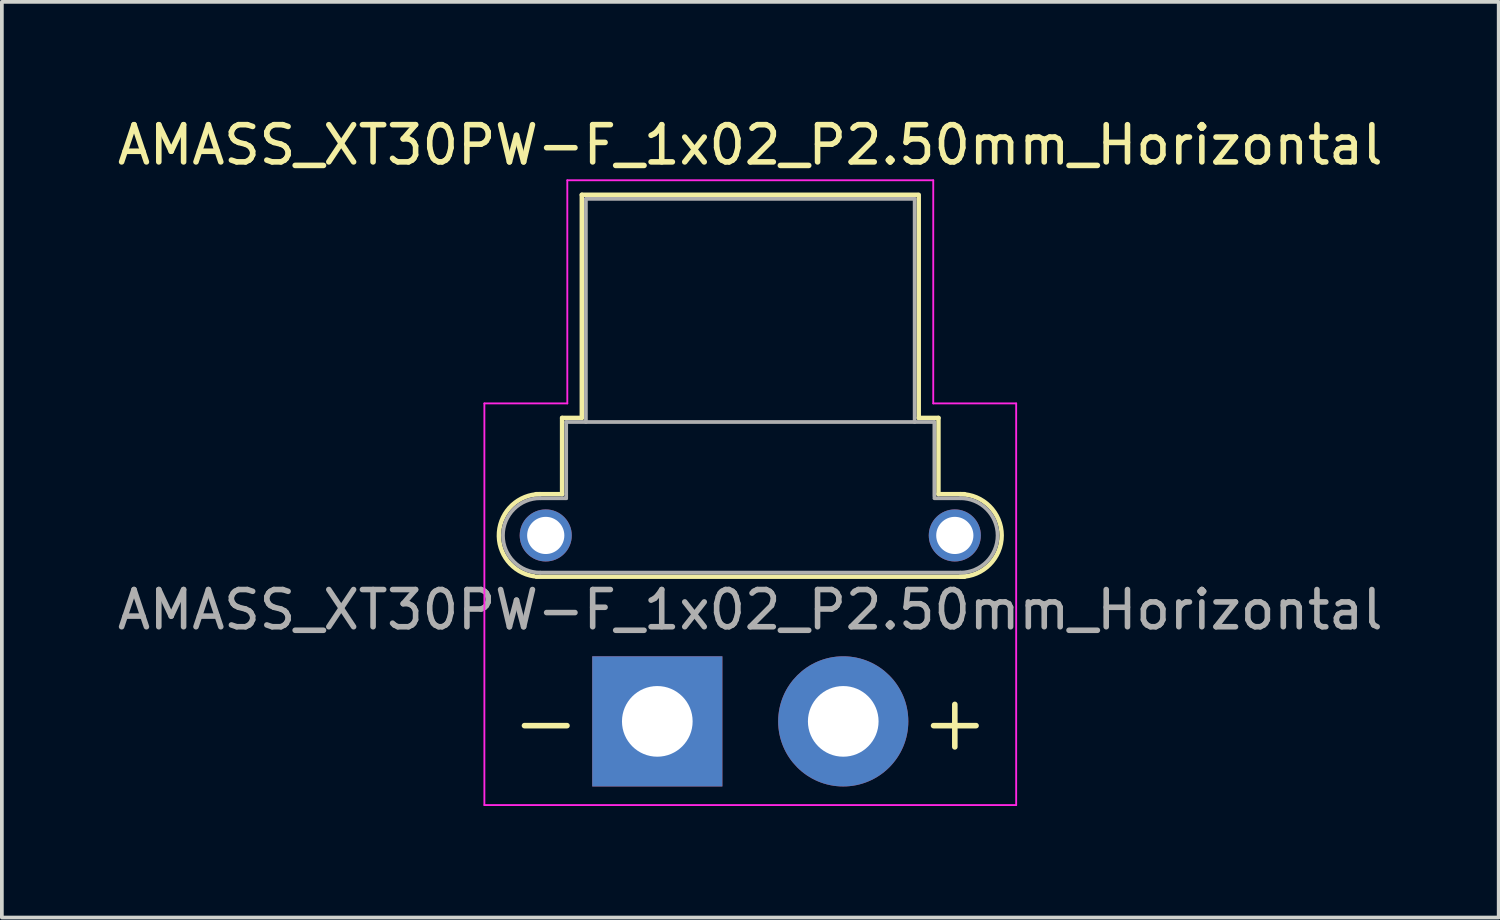
<source format=kicad_pcb>
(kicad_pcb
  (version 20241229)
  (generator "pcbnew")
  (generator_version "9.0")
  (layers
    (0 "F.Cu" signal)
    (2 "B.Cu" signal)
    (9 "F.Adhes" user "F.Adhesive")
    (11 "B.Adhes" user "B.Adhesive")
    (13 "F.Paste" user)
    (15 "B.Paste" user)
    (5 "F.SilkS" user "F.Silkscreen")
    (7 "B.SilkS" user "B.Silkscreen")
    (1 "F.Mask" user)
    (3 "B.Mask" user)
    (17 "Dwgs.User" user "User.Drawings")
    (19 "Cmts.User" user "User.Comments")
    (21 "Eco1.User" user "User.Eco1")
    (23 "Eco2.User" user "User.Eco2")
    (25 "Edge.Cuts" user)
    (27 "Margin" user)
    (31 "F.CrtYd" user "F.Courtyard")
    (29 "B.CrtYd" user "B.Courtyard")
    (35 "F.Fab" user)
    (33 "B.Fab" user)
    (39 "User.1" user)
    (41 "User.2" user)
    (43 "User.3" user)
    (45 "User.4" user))
  (footprint "AMASS_XT30PW-F_1x02_P2.50mm_Horizontal"
    (layer "F.Cu")
    (at 14.625 16.348)
    (property "Reference" "AMASS_XT30PW-F_1x02_P2.50mm_Horizontal" (at 2.5 -15.5 0) (layer "F.SilkS") (effects (font (size 1 1) (thickness 0.15))))
    (attr through_hole)
    (fp_line (start -3.26 -6.11) (end -2.56 -6.11) (stroke (width 0.12) (type solid)) (layer "F.SilkS"))
    (fp_line (start -3.26 -3.89) (end 8.26 -3.89) (stroke (width 0.12) (type solid)) (layer "F.SilkS"))
    (fp_line (start -2.56 -8.16) (end -2.56 -6.11) (stroke (width 0.12) (type solid)) (layer "F.SilkS"))
    (fp_line (start -2.56 -8.16) (end -2.03 -8.16) (stroke (width 0.12) (type solid)) (layer "F.SilkS"))
    (fp_line (start -2.03 -14.16) (end -2.03 -8.16) (stroke (width 0.12) (type solid)) (layer "F.SilkS"))
    (fp_line (start -2.03 -14.16) (end 7 -14.16) (stroke (width 0.12) (type solid)) (layer "F.SilkS"))
    (fp_line (start 7.03 -14.16) (end 7.03 -8.16) (stroke (width 0.12) (type solid)) (layer "F.SilkS"))
    (fp_line (start 7.03 -8.16) (end 7.56 -8.16) (stroke (width 0.12) (type solid)) (layer "F.SilkS"))
    (fp_line (start 7.56 -8.16) (end 7.56 -6.11) (stroke (width 0.12) (type solid)) (layer "F.SilkS"))
    (fp_line (start 7.56 -6.11) (end 8.26 -6.11) (stroke (width 0.12) (type solid)) (layer "F.SilkS"))
    (fp_arc (start -3.321729 -3.903365) (mid -4.256653 -5.086124) (end -3.15 -6.11) (stroke (width 0.12) (type solid)) (layer "F.SilkS"))
    (fp_arc (start 8.15 -6.11) (mid 9.26 -5) (end 8.15 -3.89) (stroke (width 0.12) (type solid)) (layer "F.SilkS"))
    (fp_line (start -4.65 -8.55) (end -4.65 2.25) (stroke (width 0.05) (type solid)) (layer "F.CrtYd"))
    (fp_line (start -4.65 -8.55) (end -2.42 -8.55) (stroke (width 0.05) (type solid)) (layer "F.CrtYd"))
    (fp_line (start -4.65 2.25) (end 9.65 2.25) (stroke (width 0.05) (type solid)) (layer "F.CrtYd"))
    (fp_line (start -2.42 -14.55) (end -2.42 -8.55) (stroke (width 0.05) (type solid)) (layer "F.CrtYd"))
    (fp_line (start -2.42 -14.55) (end 7.42 -14.55) (stroke (width 0.05) (type solid)) (layer "F.CrtYd"))
    (fp_line (start 7.42 -14.55) (end 7.42 -8.55) (stroke (width 0.05) (type solid)) (layer "F.CrtYd"))
    (fp_line (start 7.42 -8.55) (end 9.65 -8.55) (stroke (width 0.05) (type solid)) (layer "F.CrtYd"))
    (fp_line (start 9.65 -8.55) (end 9.65 2.25) (stroke (width 0.05) (type solid)) (layer "F.CrtYd"))
    (fp_line (start -3.15 -6) (end -2.45 -6) (stroke (width 0.1) (type solid)) (layer "F.Fab"))
    (fp_line (start -3.15 -4) (end 8.15 -4) (stroke (width 0.1) (type solid)) (layer "F.Fab"))
    (fp_line (start -2.45 -8.05) (end -2.45 -6) (stroke (width 0.1) (type solid)) (layer "F.Fab"))
    (fp_line (start -2.45 -8.05) (end 7.45 -8.05) (stroke (width 0.1) (type solid)) (layer "F.Fab"))
    (fp_line (start -1.92 -14.05) (end -1.92 -8.05) (stroke (width 0.1) (type solid)) (layer "F.Fab"))
    (fp_line (start -1.92 -14.05) (end 6.92 -14.05) (stroke (width 0.1) (type solid)) (layer "F.Fab"))
    (fp_line (start 6.92 -14.05) (end 6.92 -8.05) (stroke (width 0.1) (type solid)) (layer "F.Fab"))
    (fp_line (start 7.45 -8.05) (end 7.45 -6.05) (stroke (width 0.1) (type solid)) (layer "F.Fab"))
    (fp_line (start 7.45 -6) (end 8.15 -6) (stroke (width 0.1) (type solid)) (layer "F.Fab"))
    (fp_arc (start -3.15 -4) (mid -4.15 -5) (end -3.15 -6) (stroke (width 0.1) (type solid)) (layer "F.Fab"))
    (fp_arc (start 8.15 -6) (mid 9.15 -5) (end 8.15 -4) (stroke (width 0.1) (type solid)) (layer "F.Fab"))
    (fp_text user "-" (at -3 0 0) (layer "F.SilkS") (effects (font (size 1.5 1.5) (thickness 0.15))))
    (fp_text user "+" (at 8 0 0) (layer "F.SilkS") (effects (font (size 1.5 1.5) (thickness 0.15))))
    (fp_text user "${REFERENCE}" (at 2.5 -3 0) (layer "F.Fab") (effects (font (size 1 1) (thickness 0.15))))
    (pad "" thru_hole circle (at -3 -5 90) (size 1.4 1.4) (drill 1) (layers "*.Cu" "*.Mask"))
    (pad "" thru_hole circle (at 8 -5) (size 1.4 1.4) (drill 1) (layers "*.Cu" "*.Mask"))
    (pad "1" thru_hole rect (at 0 0) (size 3.5 3.5) (drill 1.9) (layers "*.Cu" "*.Mask"))
    (pad "2" thru_hole circle (at 5 0) (size 3.5 3.5) (drill 1.9) (layers "*.Cu" "*.Mask")))
  (gr_rect
    (start -3 -3)
    (end 37.25 21.623)
    (stroke (width 0.1) (type default))
    (fill no)
    (layer "Edge.Cuts")))
</source>
